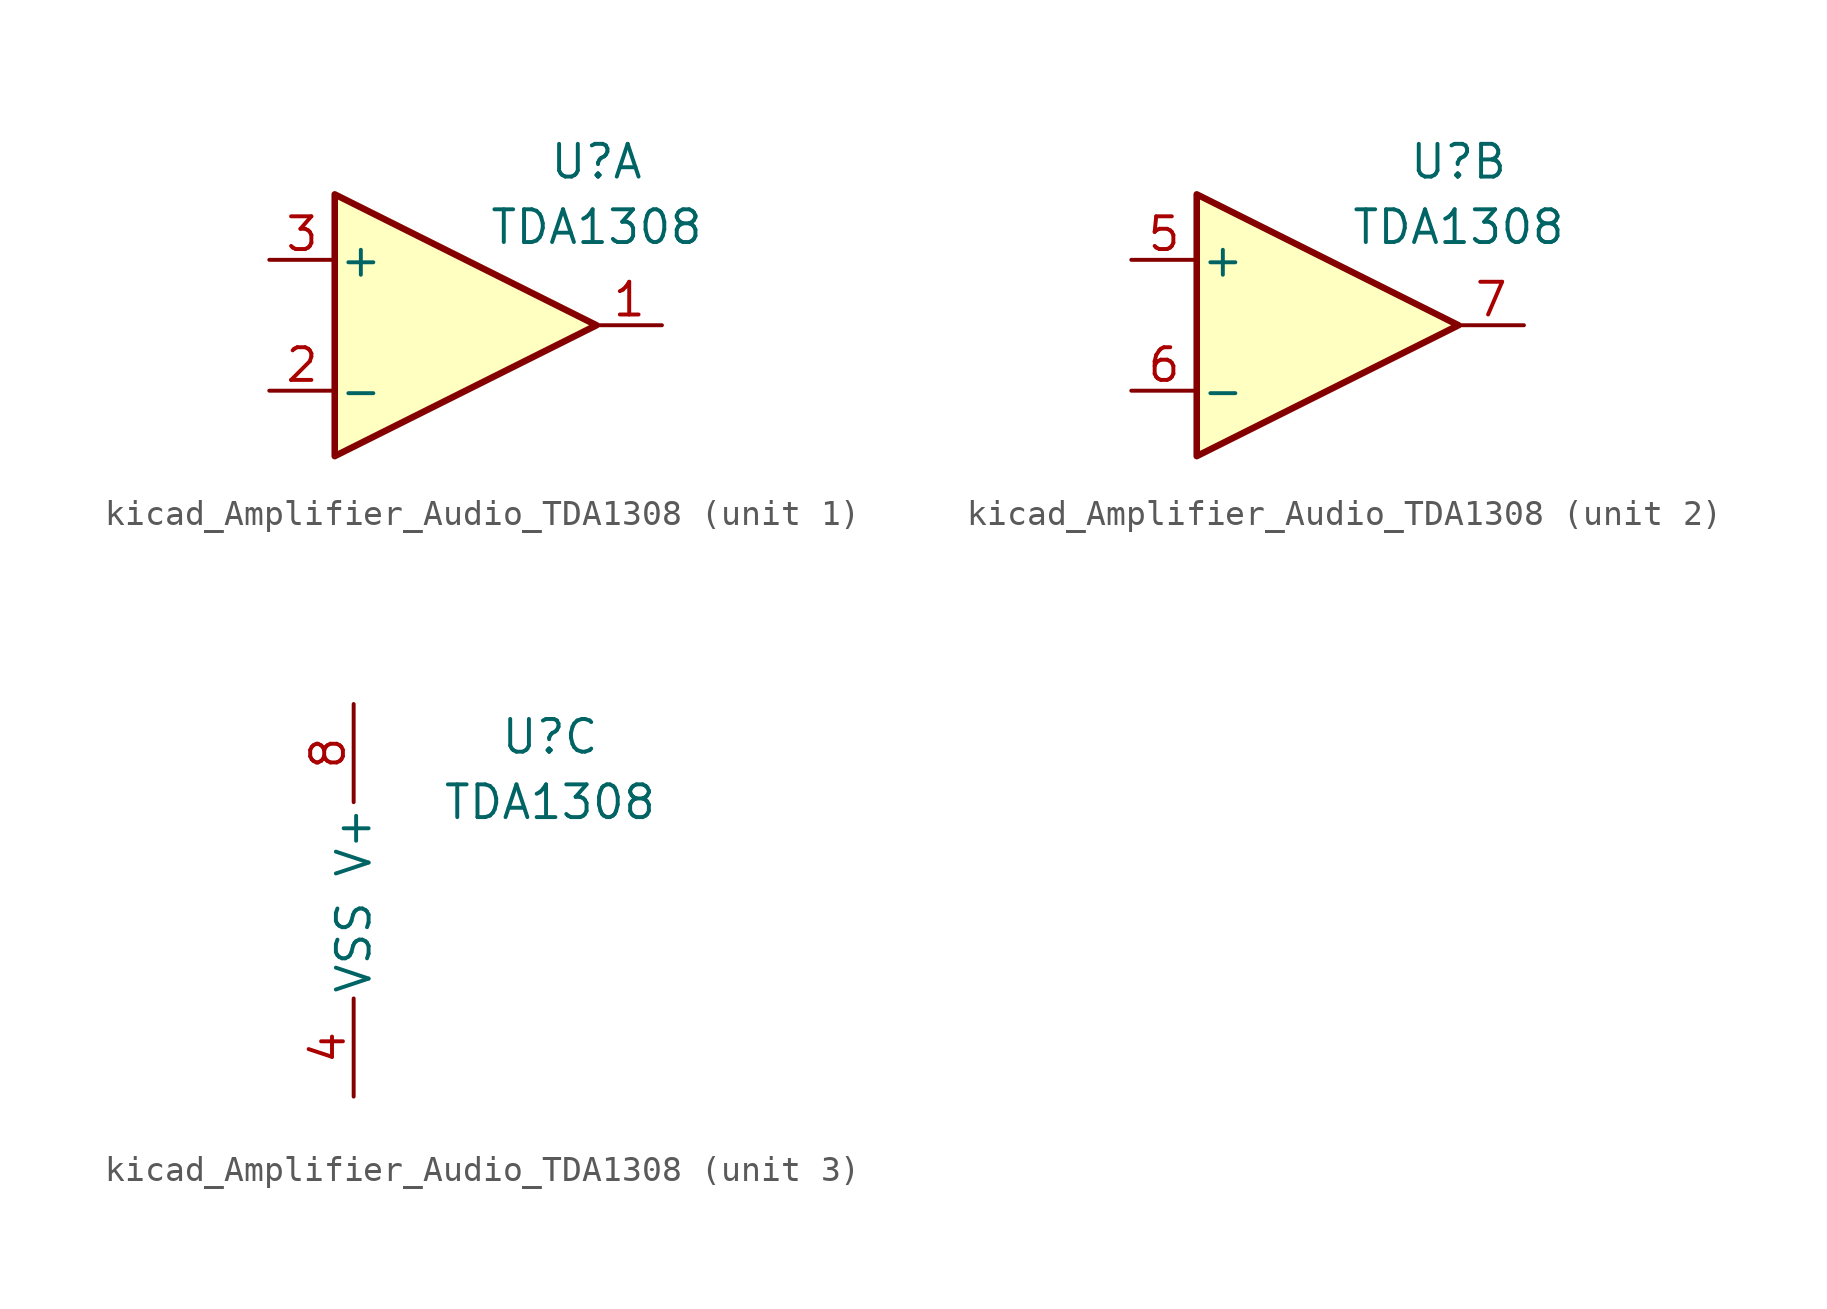
<source format=kicad_sym>
(kicad_symbol_lib
  (version 20220914)
  (generator kicad_symbol_editor)
  (symbol "kicad_Amplifier_Audio_TDA1308"
    (pin_names
      (offset 0.127))
    (property "Reference" "U"
      (at 5.08 6.35 0)
      (effects (font (size 1.27 1.27))))
    (property "Value" "TDA1308"
      (at 5.08 3.81 0)
      (effects (font (size 1.27 1.27))))
    (property "ki_locked" ""
      (at 0 0 0)
      (effects (font (size 1.27 1.27))))
    (symbol "kicad_Amplifier_Audio_TDA1308_1_1"
      (polyline (pts (xy -5.08 5.08) (xy 5.08 0) (xy -5.08 -5.08) (xy -5.08 5.08)) (stroke (width 0.254) (type default)) (fill (type background)))
      (pin output line (at 7.62 0 180) (length 2.54) (name "~" (effects (font (size 1.27 1.27)))) (number "1" (effects (font (size 1.27 1.27)))))
      (pin input line (at -7.62 -2.54 0) (length 2.54) (name "-" (effects (font (size 1.27 1.27)))) (number "2" (effects (font (size 1.27 1.27)))))
      (pin input line (at -7.62 2.54 0) (length 2.54) (name "+" (effects (font (size 1.27 1.27)))) (number "3" (effects (font (size 1.27 1.27))))))
    (symbol "kicad_Amplifier_Audio_TDA1308_2_1"
      (polyline (pts (xy -5.08 5.08) (xy 5.08 0) (xy -5.08 -5.08) (xy -5.08 5.08)) (stroke (width 0.254) (type default)) (fill (type background)))
      (pin input line (at -7.62 2.54 0) (length 2.54) (name "+" (effects (font (size 1.27 1.27)))) (number "5" (effects (font (size 1.27 1.27)))))
      (pin input line (at -7.62 -2.54 0) (length 2.54) (name "-" (effects (font (size 1.27 1.27)))) (number "6" (effects (font (size 1.27 1.27)))))
      (pin output line (at 7.62 0 180) (length 2.54) (name "~" (effects (font (size 1.27 1.27)))) (number "7" (effects (font (size 1.27 1.27))))))
    (symbol "kicad_Amplifier_Audio_TDA1308_3_1"
      (pin power_in line (at -2.54 -7.62 90) (length 3.81) (name "VSS" (effects (font (size 1.27 1.27)))) (number "4" (effects (font (size 1.27 1.27)))))
      (pin power_in line (at -2.54 7.62 270) (length 3.81) (name "V+" (effects (font (size 1.27 1.27)))) (number "8" (effects (font (size 1.27 1.27))))))))
</source>
